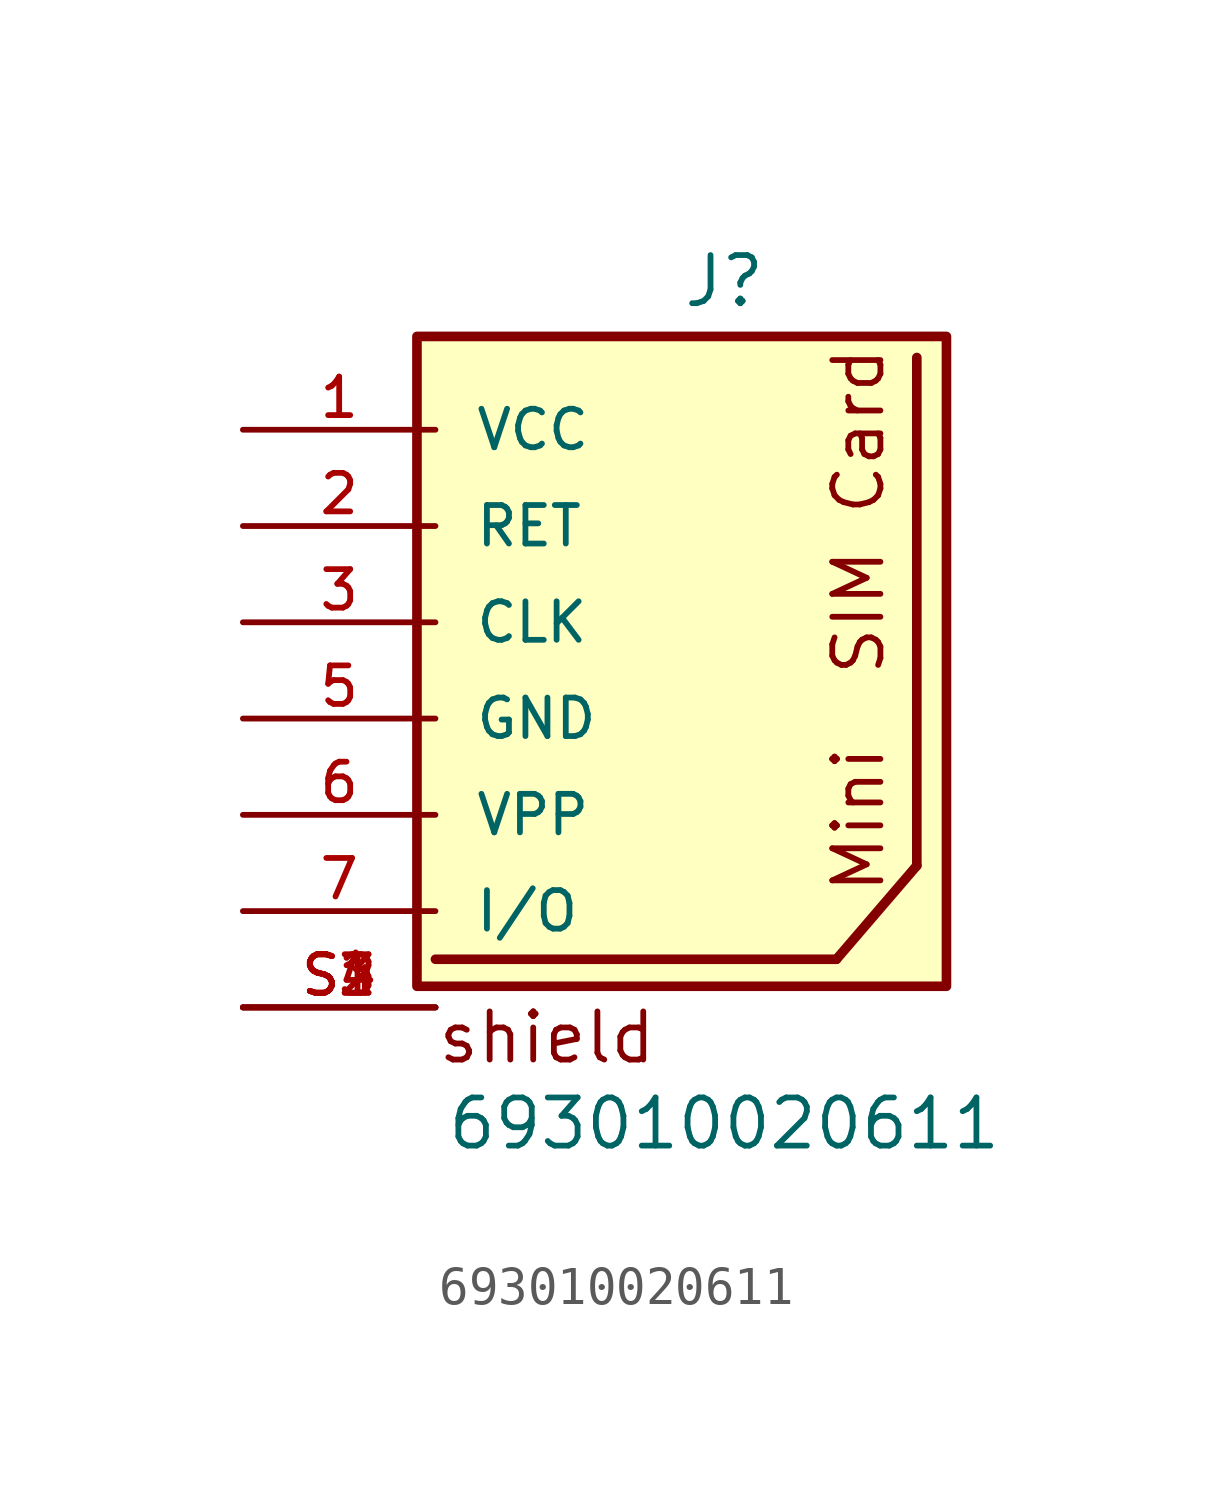
<source format=kicad_sym>
(kicad_symbol_lib
  (version 20211014)
  (generator kicad_symbol_editor)
  (symbol "693010020611"
    (pin_names
      (offset 1.016))
    (property "Reference" "J"
      (at 0.0 8.255 0)
      (effects (font (size 1.27 1.27)) (justify bottom)))
    (property "Value" "693010020611"
      (at 0.0 -13.97 0)
      (effects (font (size 1.27 1.27)) (justify bottom)))
    (symbol "693010020611_0_0"
      (polyline (pts (xy -7.62 -8.89) (xy 2.96 -8.89)) (stroke (width 0.254)))
      (polyline (pts (xy 5.08 -6.42) (xy 5.08 6.985)) (stroke (width 0.254)))
      (polyline (pts (xy 5.08 -6.42) (xy 2.96 -8.89)) (stroke (width 0.254)))
      (text "Mini  SIM Card " (at 4.283 -7.212 900) (effects (font (size 1.27 1.27)) (justify bottom left)))
      (text "shield" (at -7.62 -11.7 0) (effects (font (size 1.27 1.27)) (justify bottom left)))
      (rectangle (start -8.108 -9.603) (end 5.862 7.542) (stroke (width 0.254)) (fill (type background)))
      (pin bidirectional line (at -12.7 5.08 0) (length 5.08) (name "VCC" (effects (font (size 1.016 1.016)))) (number "1" (effects (font (size 1.016 1.016)))))
      (pin bidirectional line (at -12.7 2.54 0) (length 5.08) (name "RET" (effects (font (size 1.016 1.016)))) (number "2" (effects (font (size 1.016 1.016)))))
      (pin bidirectional line (at -12.7 0.0 0) (length 5.08) (name "CLK" (effects (font (size 1.016 1.016)))) (number "3" (effects (font (size 1.016 1.016)))))
      (pin bidirectional line (at -12.7 -2.54 0) (length 5.08) (name "GND" (effects (font (size 1.016 1.016)))) (number "5" (effects (font (size 1.016 1.016)))))
      (pin bidirectional line (at -12.7 -5.08 0) (length 5.08) (name "VPP" (effects (font (size 1.016 1.016)))) (number "6" (effects (font (size 1.016 1.016)))))
      (pin bidirectional line (at -12.7 -7.62 0) (length 5.08) (name "I/O" (effects (font (size 1.016 1.016)))) (number "7" (effects (font (size 1.016 1.016)))))
      (pin bidirectional line (at -12.7 -10.16 0) (length 5.08) (name "~" (effects (font (size 1.016 1.016)))) (number "S1" (effects (font (size 1.016 1.016)))))
      (pin bidirectional line (at -12.7 -10.16 0) (length 5.08) (name "~" (effects (font (size 1.016 1.016)))) (number "S2" (effects (font (size 1.016 1.016)))))
      (pin bidirectional line (at -12.7 -10.16 0) (length 5.08) (name "~" (effects (font (size 1.016 1.016)))) (number "S3" (effects (font (size 1.016 1.016)))))
      (pin bidirectional line (at -12.7 -10.16 0) (length 5.08) (name "~" (effects (font (size 1.016 1.016)))) (number "S4" (effects (font (size 1.016 1.016))))))))
</source>
